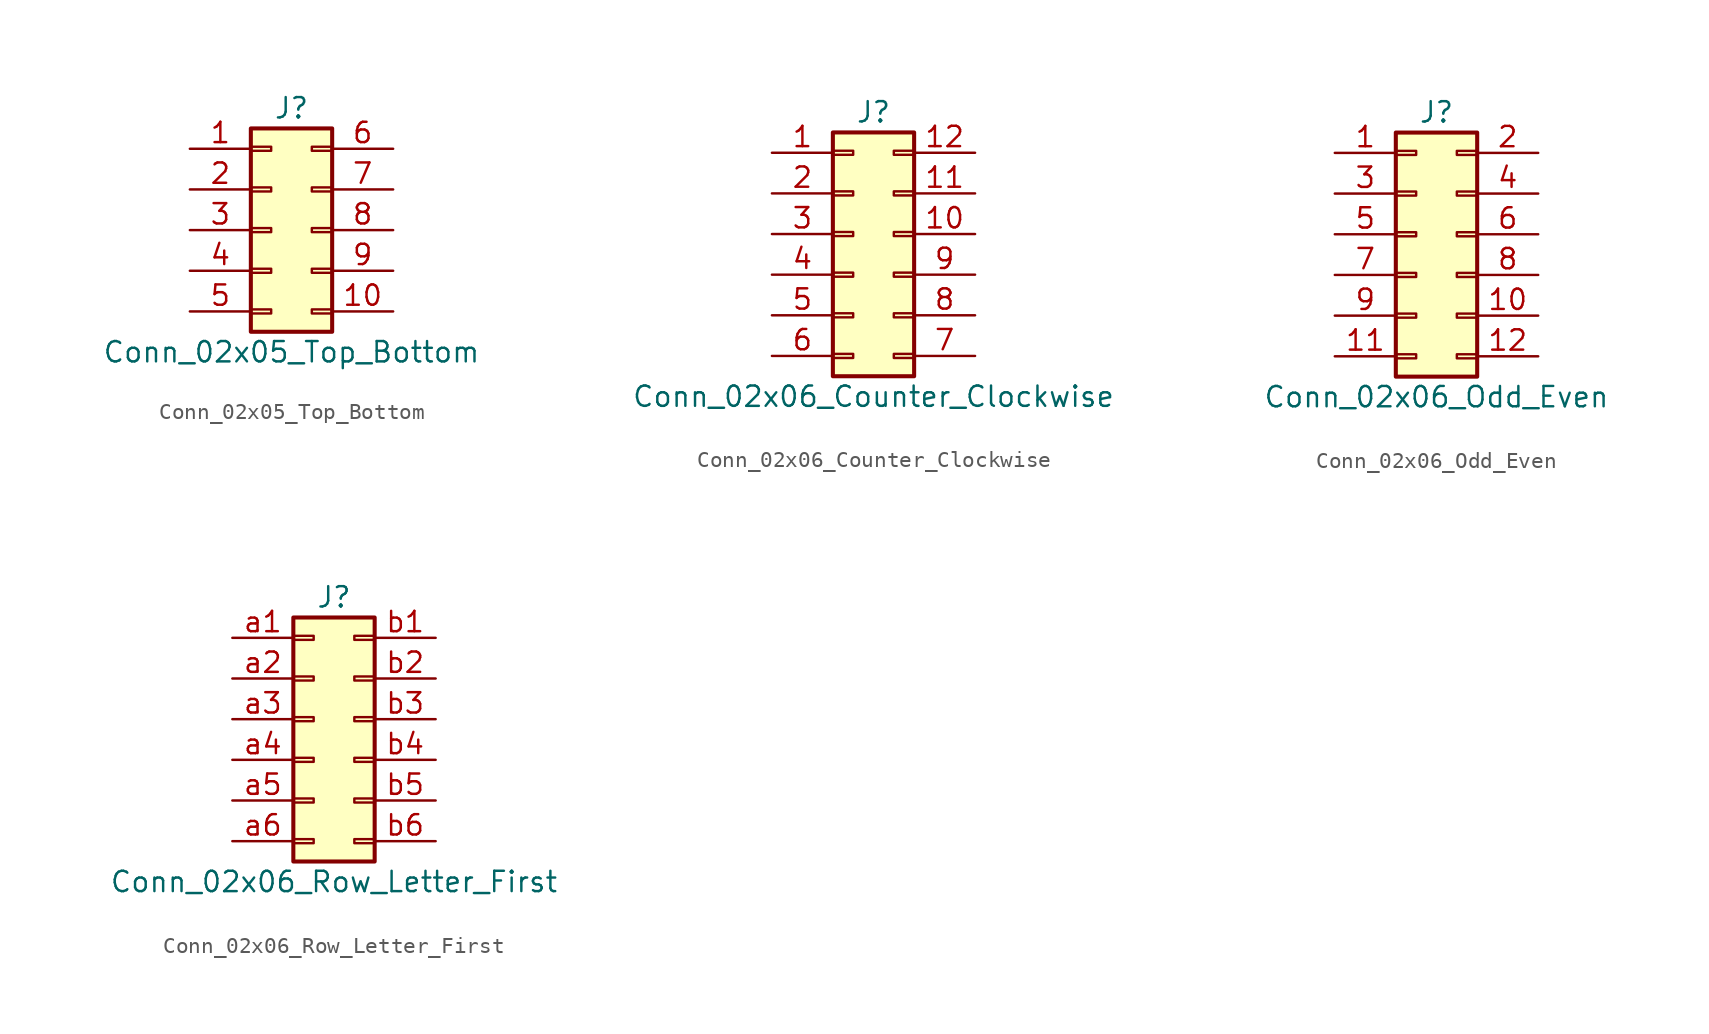
<source format=kicad_sym>
(kicad_symbol_lib
  (version 20201005)
  (generator kicad_symbol_editor)
  (symbol "Connector_Generic:Conn_02x05_Top_Bottom"
    (pin_names
      (offset 1.016) hide)
    (property "Reference" "J"
      (at 1.27 7.62 0)
      (effects (font (size 1.27 1.27))))
    (property "Value" "Conn_02x05_Top_Bottom"
      (at 1.27 -7.62 0)
      (effects (font (size 1.27 1.27))))
    (symbol "Conn_02x05_Top_Bottom_1_1"
      (rectangle (start -1.27 -4.953) (end 0 -5.207) (stroke (width 0.152)) (fill (type none)))
      (rectangle (start -1.27 -2.413) (end 0 -2.667) (stroke (width 0.152)) (fill (type none)))
      (rectangle (start -1.27 2.667) (end 0 2.413) (stroke (width 0.152)) (fill (type none)))
      (rectangle (start -1.27 5.207) (end 0 4.953) (stroke (width 0.152)) (fill (type none)))
      (rectangle (start -1.27 6.35) (end 3.81 -6.35) (stroke (width 0.254)) (fill (type background)))
      (rectangle (start -1.27 0.127) (end 0 -0.127) (stroke (width 0.152)) (fill (type none)))
      (rectangle (start 3.81 -4.953) (end 2.54 -5.207) (stroke (width 0.152)) (fill (type none)))
      (rectangle (start 3.81 -2.413) (end 2.54 -2.667) (stroke (width 0.152)) (fill (type none)))
      (rectangle (start 3.81 2.667) (end 2.54 2.413) (stroke (width 0.152)) (fill (type none)))
      (rectangle (start 3.81 5.207) (end 2.54 4.953) (stroke (width 0.152)) (fill (type none)))
      (rectangle (start 3.81 0.127) (end 2.54 -0.127) (stroke (width 0.152)) (fill (type none)))
      (pin passive line (at -5.08 5.08 0) (length 3.81) (name "Pin_1" (effects (font (size 1.27 1.27)))) (number "1" (effects (font (size 1.27 1.27)))))
      (pin passive line (at 7.62 -5.08 180) (length 3.81) (name "Pin_10" (effects (font (size 1.27 1.27)))) (number "10" (effects (font (size 1.27 1.27)))))
      (pin passive line (at -5.08 2.54 0) (length 3.81) (name "Pin_2" (effects (font (size 1.27 1.27)))) (number "2" (effects (font (size 1.27 1.27)))))
      (pin passive line (at -5.08 0 0) (length 3.81) (name "Pin_3" (effects (font (size 1.27 1.27)))) (number "3" (effects (font (size 1.27 1.27)))))
      (pin passive line (at -5.08 -2.54 0) (length 3.81) (name "Pin_4" (effects (font (size 1.27 1.27)))) (number "4" (effects (font (size 1.27 1.27)))))
      (pin passive line (at -5.08 -5.08 0) (length 3.81) (name "Pin_5" (effects (font (size 1.27 1.27)))) (number "5" (effects (font (size 1.27 1.27)))))
      (pin passive line (at 7.62 5.08 180) (length 3.81) (name "Pin_6" (effects (font (size 1.27 1.27)))) (number "6" (effects (font (size 1.27 1.27)))))
      (pin passive line (at 7.62 2.54 180) (length 3.81) (name "Pin_7" (effects (font (size 1.27 1.27)))) (number "7" (effects (font (size 1.27 1.27)))))
      (pin passive line (at 7.62 0 180) (length 3.81) (name "Pin_8" (effects (font (size 1.27 1.27)))) (number "8" (effects (font (size 1.27 1.27)))))
      (pin passive line (at 7.62 -2.54 180) (length 3.81) (name "Pin_9" (effects (font (size 1.27 1.27)))) (number "9" (effects (font (size 1.27 1.27)))))))
  (symbol "Connector_Generic:Conn_02x06_Counter_Clockwise"
    (pin_names
      (offset 1.016) hide)
    (property "Reference" "J"
      (at 1.27 7.62 0)
      (effects (font (size 1.27 1.27))))
    (property "Value" "Conn_02x06_Counter_Clockwise"
      (at 1.27 -10.16 0)
      (effects (font (size 1.27 1.27))))
    (symbol "Conn_02x06_Counter_Clockwise_1_1"
      (rectangle (start -1.27 -4.953) (end 0 -5.207) (stroke (width 0.152)) (fill (type none)))
      (rectangle (start -1.27 -7.493) (end 0 -7.747) (stroke (width 0.152)) (fill (type none)))
      (rectangle (start -1.27 -2.413) (end 0 -2.667) (stroke (width 0.152)) (fill (type none)))
      (rectangle (start -1.27 2.667) (end 0 2.413) (stroke (width 0.152)) (fill (type none)))
      (rectangle (start -1.27 5.207) (end 0 4.953) (stroke (width 0.152)) (fill (type none)))
      (rectangle (start -1.27 6.35) (end 3.81 -8.89) (stroke (width 0.254)) (fill (type background)))
      (rectangle (start -1.27 0.127) (end 0 -0.127) (stroke (width 0.152)) (fill (type none)))
      (rectangle (start 3.81 -4.953) (end 2.54 -5.207) (stroke (width 0.152)) (fill (type none)))
      (rectangle (start 3.81 -7.493) (end 2.54 -7.747) (stroke (width 0.152)) (fill (type none)))
      (rectangle (start 3.81 -2.413) (end 2.54 -2.667) (stroke (width 0.152)) (fill (type none)))
      (rectangle (start 3.81 2.667) (end 2.54 2.413) (stroke (width 0.152)) (fill (type none)))
      (rectangle (start 3.81 5.207) (end 2.54 4.953) (stroke (width 0.152)) (fill (type none)))
      (rectangle (start 3.81 0.127) (end 2.54 -0.127) (stroke (width 0.152)) (fill (type none)))
      (pin passive line (at -5.08 5.08 0) (length 3.81) (name "Pin_1" (effects (font (size 1.27 1.27)))) (number "1" (effects (font (size 1.27 1.27)))))
      (pin passive line (at 7.62 0 180) (length 3.81) (name "Pin_10" (effects (font (size 1.27 1.27)))) (number "10" (effects (font (size 1.27 1.27)))))
      (pin passive line (at 7.62 2.54 180) (length 3.81) (name "Pin_11" (effects (font (size 1.27 1.27)))) (number "11" (effects (font (size 1.27 1.27)))))
      (pin passive line (at 7.62 5.08 180) (length 3.81) (name "Pin_12" (effects (font (size 1.27 1.27)))) (number "12" (effects (font (size 1.27 1.27)))))
      (pin passive line (at -5.08 2.54 0) (length 3.81) (name "Pin_2" (effects (font (size 1.27 1.27)))) (number "2" (effects (font (size 1.27 1.27)))))
      (pin passive line (at -5.08 0 0) (length 3.81) (name "Pin_3" (effects (font (size 1.27 1.27)))) (number "3" (effects (font (size 1.27 1.27)))))
      (pin passive line (at -5.08 -2.54 0) (length 3.81) (name "Pin_4" (effects (font (size 1.27 1.27)))) (number "4" (effects (font (size 1.27 1.27)))))
      (pin passive line (at -5.08 -5.08 0) (length 3.81) (name "Pin_5" (effects (font (size 1.27 1.27)))) (number "5" (effects (font (size 1.27 1.27)))))
      (pin passive line (at -5.08 -7.62 0) (length 3.81) (name "Pin_6" (effects (font (size 1.27 1.27)))) (number "6" (effects (font (size 1.27 1.27)))))
      (pin passive line (at 7.62 -7.62 180) (length 3.81) (name "Pin_7" (effects (font (size 1.27 1.27)))) (number "7" (effects (font (size 1.27 1.27)))))
      (pin passive line (at 7.62 -5.08 180) (length 3.81) (name "Pin_8" (effects (font (size 1.27 1.27)))) (number "8" (effects (font (size 1.27 1.27)))))
      (pin passive line (at 7.62 -2.54 180) (length 3.81) (name "Pin_9" (effects (font (size 1.27 1.27)))) (number "9" (effects (font (size 1.27 1.27)))))))
  (symbol "Connector_Generic:Conn_02x06_Odd_Even"
    (pin_names
      (offset 1.016) hide)
    (property "Reference" "J"
      (at 1.27 7.62 0)
      (effects (font (size 1.27 1.27))))
    (property "Value" "Conn_02x06_Odd_Even"
      (at 1.27 -10.16 0)
      (effects (font (size 1.27 1.27))))
    (symbol "Conn_02x06_Odd_Even_1_1"
      (rectangle (start -1.27 -4.953) (end 0 -5.207) (stroke (width 0.152)) (fill (type none)))
      (rectangle (start -1.27 -7.493) (end 0 -7.747) (stroke (width 0.152)) (fill (type none)))
      (rectangle (start -1.27 -2.413) (end 0 -2.667) (stroke (width 0.152)) (fill (type none)))
      (rectangle (start -1.27 2.667) (end 0 2.413) (stroke (width 0.152)) (fill (type none)))
      (rectangle (start -1.27 5.207) (end 0 4.953) (stroke (width 0.152)) (fill (type none)))
      (rectangle (start -1.27 6.35) (end 3.81 -8.89) (stroke (width 0.254)) (fill (type background)))
      (rectangle (start -1.27 0.127) (end 0 -0.127) (stroke (width 0.152)) (fill (type none)))
      (rectangle (start 3.81 -4.953) (end 2.54 -5.207) (stroke (width 0.152)) (fill (type none)))
      (rectangle (start 3.81 -7.493) (end 2.54 -7.747) (stroke (width 0.152)) (fill (type none)))
      (rectangle (start 3.81 -2.413) (end 2.54 -2.667) (stroke (width 0.152)) (fill (type none)))
      (rectangle (start 3.81 2.667) (end 2.54 2.413) (stroke (width 0.152)) (fill (type none)))
      (rectangle (start 3.81 5.207) (end 2.54 4.953) (stroke (width 0.152)) (fill (type none)))
      (rectangle (start 3.81 0.127) (end 2.54 -0.127) (stroke (width 0.152)) (fill (type none)))
      (pin passive line (at -5.08 5.08 0) (length 3.81) (name "Pin_1" (effects (font (size 1.27 1.27)))) (number "1" (effects (font (size 1.27 1.27)))))
      (pin passive line (at 7.62 -5.08 180) (length 3.81) (name "Pin_10" (effects (font (size 1.27 1.27)))) (number "10" (effects (font (size 1.27 1.27)))))
      (pin passive line (at -5.08 -7.62 0) (length 3.81) (name "Pin_11" (effects (font (size 1.27 1.27)))) (number "11" (effects (font (size 1.27 1.27)))))
      (pin passive line (at 7.62 -7.62 180) (length 3.81) (name "Pin_12" (effects (font (size 1.27 1.27)))) (number "12" (effects (font (size 1.27 1.27)))))
      (pin passive line (at 7.62 5.08 180) (length 3.81) (name "Pin_2" (effects (font (size 1.27 1.27)))) (number "2" (effects (font (size 1.27 1.27)))))
      (pin passive line (at -5.08 2.54 0) (length 3.81) (name "Pin_3" (effects (font (size 1.27 1.27)))) (number "3" (effects (font (size 1.27 1.27)))))
      (pin passive line (at 7.62 2.54 180) (length 3.81) (name "Pin_4" (effects (font (size 1.27 1.27)))) (number "4" (effects (font (size 1.27 1.27)))))
      (pin passive line (at -5.08 0 0) (length 3.81) (name "Pin_5" (effects (font (size 1.27 1.27)))) (number "5" (effects (font (size 1.27 1.27)))))
      (pin passive line (at 7.62 0 180) (length 3.81) (name "Pin_6" (effects (font (size 1.27 1.27)))) (number "6" (effects (font (size 1.27 1.27)))))
      (pin passive line (at -5.08 -2.54 0) (length 3.81) (name "Pin_7" (effects (font (size 1.27 1.27)))) (number "7" (effects (font (size 1.27 1.27)))))
      (pin passive line (at 7.62 -2.54 180) (length 3.81) (name "Pin_8" (effects (font (size 1.27 1.27)))) (number "8" (effects (font (size 1.27 1.27)))))
      (pin passive line (at -5.08 -5.08 0) (length 3.81) (name "Pin_9" (effects (font (size 1.27 1.27)))) (number "9" (effects (font (size 1.27 1.27)))))))
  (symbol "Connector_Generic:Conn_02x06_Row_Letter_First"
    (pin_names
      (offset 1.016) hide)
    (property "Reference" "J"
      (at 1.27 7.62 0)
      (effects (font (size 1.27 1.27))))
    (property "Value" "Conn_02x06_Row_Letter_First"
      (at 1.27 -10.16 0)
      (effects (font (size 1.27 1.27))))
    (symbol "Conn_02x06_Row_Letter_First_1_1"
      (rectangle (start -1.27 -4.953) (end 0 -5.207) (stroke (width 0.152)) (fill (type none)))
      (rectangle (start -1.27 -7.493) (end 0 -7.747) (stroke (width 0.152)) (fill (type none)))
      (rectangle (start -1.27 -2.413) (end 0 -2.667) (stroke (width 0.152)) (fill (type none)))
      (rectangle (start -1.27 2.667) (end 0 2.413) (stroke (width 0.152)) (fill (type none)))
      (rectangle (start -1.27 5.207) (end 0 4.953) (stroke (width 0.152)) (fill (type none)))
      (rectangle (start -1.27 6.35) (end 3.81 -8.89) (stroke (width 0.254)) (fill (type background)))
      (rectangle (start -1.27 0.127) (end 0 -0.127) (stroke (width 0.152)) (fill (type none)))
      (rectangle (start 3.81 -4.953) (end 2.54 -5.207) (stroke (width 0.152)) (fill (type none)))
      (rectangle (start 3.81 -7.493) (end 2.54 -7.747) (stroke (width 0.152)) (fill (type none)))
      (rectangle (start 3.81 -2.413) (end 2.54 -2.667) (stroke (width 0.152)) (fill (type none)))
      (rectangle (start 3.81 2.667) (end 2.54 2.413) (stroke (width 0.152)) (fill (type none)))
      (rectangle (start 3.81 5.207) (end 2.54 4.953) (stroke (width 0.152)) (fill (type none)))
      (rectangle (start 3.81 0.127) (end 2.54 -0.127) (stroke (width 0.152)) (fill (type none)))
      (pin passive line (at -5.08 5.08 0) (length 3.81) (name "Pin_a1" (effects (font (size 1.27 1.27)))) (number "a1" (effects (font (size 1.27 1.27)))))
      (pin passive line (at -5.08 2.54 0) (length 3.81) (name "Pin_a2" (effects (font (size 1.27 1.27)))) (number "a2" (effects (font (size 1.27 1.27)))))
      (pin passive line (at -5.08 0 0) (length 3.81) (name "Pin_a3" (effects (font (size 1.27 1.27)))) (number "a3" (effects (font (size 1.27 1.27)))))
      (pin passive line (at -5.08 -2.54 0) (length 3.81) (name "Pin_a4" (effects (font (size 1.27 1.27)))) (number "a4" (effects (font (size 1.27 1.27)))))
      (pin passive line (at -5.08 -5.08 0) (length 3.81) (name "Pin_a5" (effects (font (size 1.27 1.27)))) (number "a5" (effects (font (size 1.27 1.27)))))
      (pin passive line (at -5.08 -7.62 0) (length 3.81) (name "Pin_a6" (effects (font (size 1.27 1.27)))) (number "a6" (effects (font (size 1.27 1.27)))))
      (pin passive line (at 7.62 5.08 180) (length 3.81) (name "Pin_b1" (effects (font (size 1.27 1.27)))) (number "b1" (effects (font (size 1.27 1.27)))))
      (pin passive line (at 7.62 2.54 180) (length 3.81) (name "Pin_b2" (effects (font (size 1.27 1.27)))) (number "b2" (effects (font (size 1.27 1.27)))))
      (pin passive line (at 7.62 0 180) (length 3.81) (name "Pin_b3" (effects (font (size 1.27 1.27)))) (number "b3" (effects (font (size 1.27 1.27)))))
      (pin passive line (at 7.62 -2.54 180) (length 3.81) (name "Pin_b4" (effects (font (size 1.27 1.27)))) (number "b4" (effects (font (size 1.27 1.27)))))
      (pin passive line (at 7.62 -5.08 180) (length 3.81) (name "Pin_b5" (effects (font (size 1.27 1.27)))) (number "b5" (effects (font (size 1.27 1.27)))))
      (pin passive line (at 7.62 -7.62 180) (length 3.81) (name "Pin_b6" (effects (font (size 1.27 1.27)))) (number "b6" (effects (font (size 1.27 1.27))))))))
</source>
